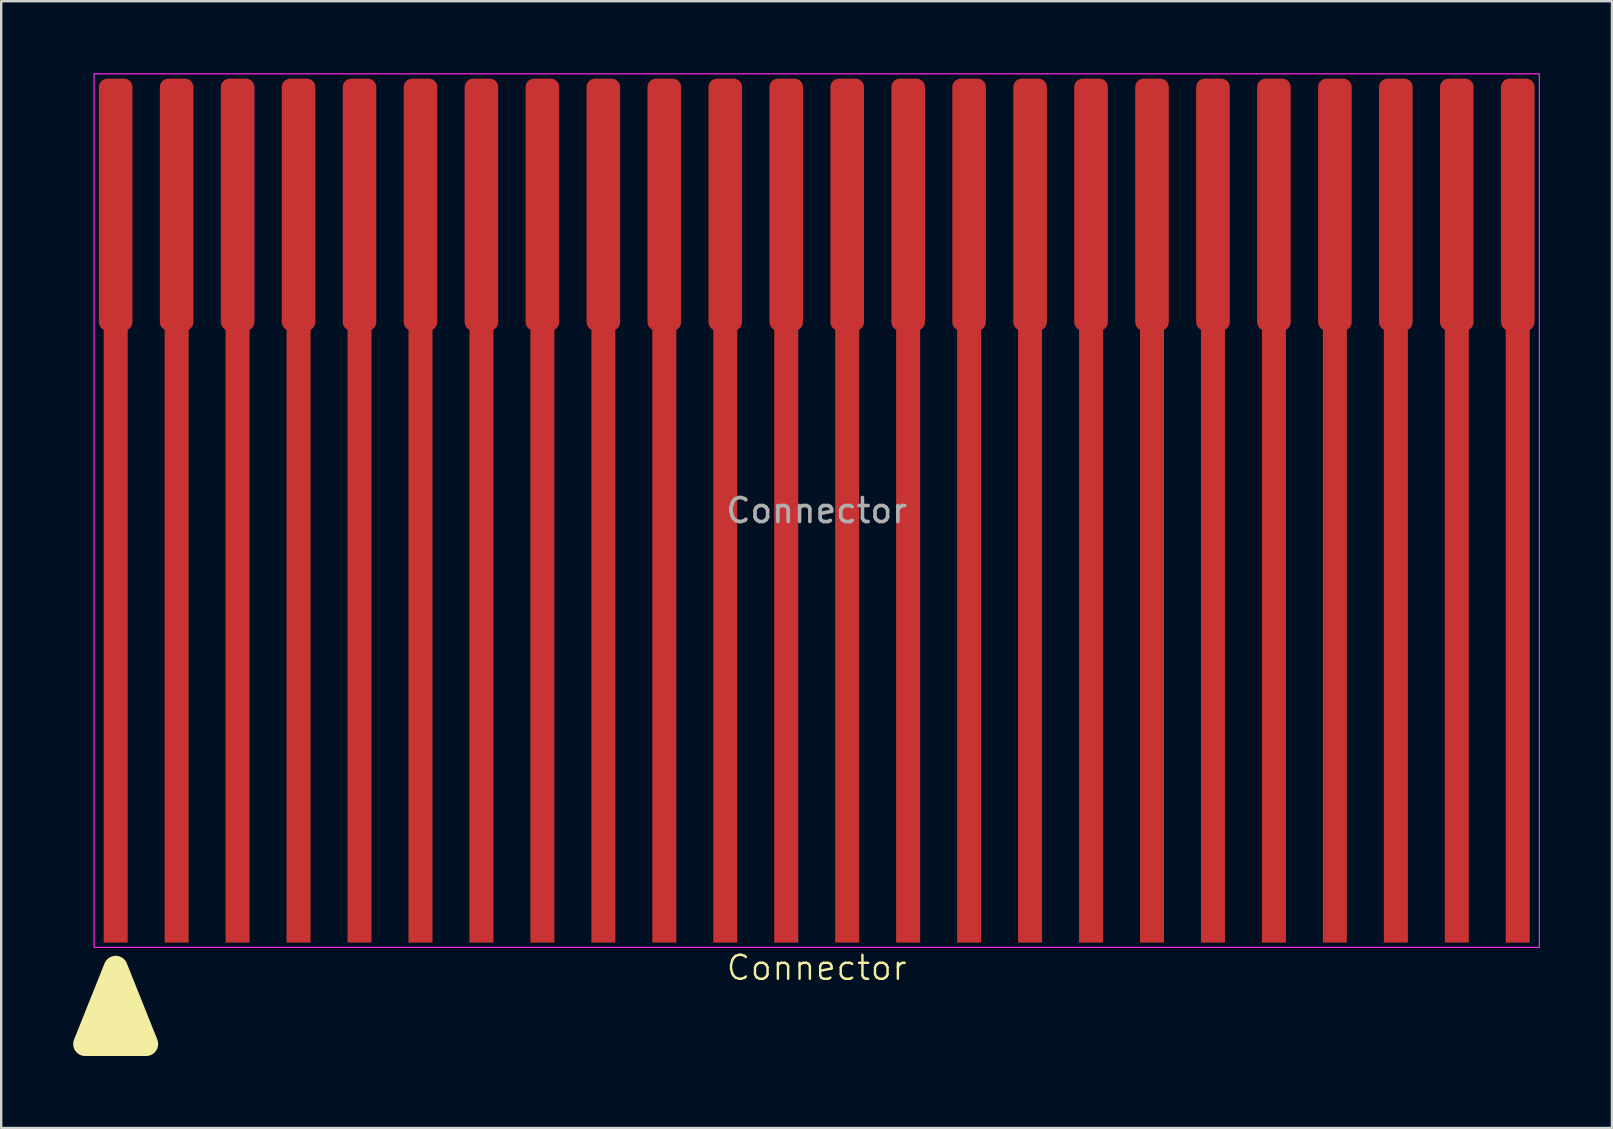
<source format=kicad_pcb>
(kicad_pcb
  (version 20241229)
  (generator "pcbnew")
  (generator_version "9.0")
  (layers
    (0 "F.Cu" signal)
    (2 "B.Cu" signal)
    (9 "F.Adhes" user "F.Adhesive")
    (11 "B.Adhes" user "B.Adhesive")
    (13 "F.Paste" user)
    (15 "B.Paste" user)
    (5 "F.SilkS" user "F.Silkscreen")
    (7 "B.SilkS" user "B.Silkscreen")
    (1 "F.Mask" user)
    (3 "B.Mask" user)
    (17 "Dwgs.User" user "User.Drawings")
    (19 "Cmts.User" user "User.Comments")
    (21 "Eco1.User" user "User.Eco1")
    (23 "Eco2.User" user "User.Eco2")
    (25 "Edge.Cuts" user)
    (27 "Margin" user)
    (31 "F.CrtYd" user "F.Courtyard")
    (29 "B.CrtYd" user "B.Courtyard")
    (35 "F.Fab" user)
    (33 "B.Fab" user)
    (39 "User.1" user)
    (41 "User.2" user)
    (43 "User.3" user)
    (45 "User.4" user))
  (footprint "Connector"
    (layer "F.Cu")
    (at 30.98 18.225)
    (property "Reference" "Connector" (at 0 19.05 0) (unlocked yes) (layer "F.SilkS") (effects (font (size 1 1) (thickness 0.1))))
    (attr smd exclude_from_bom allow_missing_courtyard)
    (fp_poly (pts (xy -29.21 19.05) (xy -30.48 22.225) (xy -27.94 22.225)) (stroke (width 1) (type solid)) (fill yes) (layer "F.SilkS"))
    (fp_rect (start -30.11 -18.2) (end 30.11 18.2) (stroke (width 0.05) (type default)) (fill no) (layer "F.CrtYd"))
    (fp_text user "${REFERENCE}" (at 0 0 0) (unlocked yes) (layer "F.Fab") (effects (font (size 1 1) (thickness 0.15))))
    (pad "1" smd roundrect (at -29.21 -12.75) (size 1.4 10.5) (layers "F.Cu" "F.Mask") (roundrect_rratio 0.25))
    (pad "1" smd rect (at -29.21 5) (size 1 26) (layers "F.Cu" "F.Mask"))
    (pad "2" smd roundrect (at -26.67 -12.75) (size 1.4 10.5) (layers "F.Cu" "F.Mask") (roundrect_rratio 0.25))
    (pad "2" smd rect (at -26.67 5) (size 1 26) (layers "F.Cu" "F.Mask"))
    (pad "3" smd roundrect (at -24.13 -12.75) (size 1.4 10.5) (layers "F.Cu" "F.Mask") (roundrect_rratio 0.25))
    (pad "3" smd rect (at -24.13 5) (size 1 26) (layers "F.Cu" "F.Mask"))
    (pad "4" smd roundrect (at -21.59 -12.75) (size 1.4 10.5) (layers "F.Cu" "F.Mask") (roundrect_rratio 0.25))
    (pad "4" smd rect (at -21.59 5) (size 1 26) (layers "F.Cu" "F.Mask"))
    (pad "5" smd roundrect (at -19.05 -12.75) (size 1.4 10.5) (layers "F.Cu" "F.Mask") (roundrect_rratio 0.25))
    (pad "5" smd rect (at -19.05 5) (size 1 26) (layers "F.Cu" "F.Mask"))
    (pad "6" smd roundrect (at -16.51 -12.75) (size 1.4 10.5) (layers "F.Cu" "F.Mask") (roundrect_rratio 0.25))
    (pad "6" smd rect (at -16.51 5) (size 1 26) (layers "F.Cu" "F.Mask"))
    (pad "7" smd roundrect (at -13.97 -12.75) (size 1.4 10.5) (layers "F.Cu" "F.Mask") (roundrect_rratio 0.25))
    (pad "7" smd rect (at -13.97 5) (size 1 26) (layers "F.Cu" "F.Mask"))
    (pad "8" smd roundrect (at -11.43 -12.75) (size 1.4 10.5) (layers "F.Cu" "F.Mask") (roundrect_rratio 0.25))
    (pad "8" smd rect (at -11.43 5) (size 1 26) (layers "F.Cu" "F.Mask"))
    (pad "9" smd roundrect (at -8.89 -12.75) (size 1.4 10.5) (layers "F.Cu" "F.Mask") (roundrect_rratio 0.25))
    (pad "9" smd rect (at -8.89 5) (size 1 26) (layers "F.Cu" "F.Mask"))
    (pad "10" smd roundrect (at -6.35 -12.75) (size 1.4 10.5) (layers "F.Cu" "F.Mask") (roundrect_rratio 0.25))
    (pad "10" smd rect (at -6.35 5) (size 1 26) (layers "F.Cu" "F.Mask"))
    (pad "11" smd roundrect (at -3.81 -12.75) (size 1.4 10.5) (layers "F.Cu" "F.Mask") (roundrect_rratio 0.25))
    (pad "11" smd rect (at -3.81 5) (size 1 26) (layers "F.Cu" "F.Mask"))
    (pad "12" smd roundrect (at -1.27 -12.75) (size 1.4 10.5) (layers "F.Cu" "F.Mask") (roundrect_rratio 0.25))
    (pad "12" smd rect (at -1.27 5) (size 1 26) (layers "F.Cu" "F.Mask"))
    (pad "13" smd roundrect (at 1.27 -12.75) (size 1.4 10.5) (layers "F.Cu" "F.Mask") (roundrect_rratio 0.25))
    (pad "13" smd rect (at 1.27 5) (size 1 26) (layers "F.Cu" "F.Mask"))
    (pad "14" smd roundrect (at 3.81 -12.75) (size 1.4 10.5) (layers "F.Cu" "F.Mask") (roundrect_rratio 0.25))
    (pad "14" smd rect (at 3.81 5) (size 1 26) (layers "F.Cu" "F.Mask"))
    (pad "15" smd roundrect (at 6.35 -12.75) (size 1.4 10.5) (layers "F.Cu" "F.Mask") (roundrect_rratio 0.25))
    (pad "15" smd rect (at 6.35 5) (size 1 26) (layers "F.Cu" "F.Mask"))
    (pad "16" smd roundrect (at 8.89 -12.75) (size 1.4 10.5) (layers "F.Cu" "F.Mask") (roundrect_rratio 0.25))
    (pad "16" smd rect (at 8.89 5) (size 1 26) (layers "F.Cu" "F.Mask"))
    (pad "17" smd roundrect (at 11.43 -12.75) (size 1.4 10.5) (layers "F.Cu" "F.Mask") (roundrect_rratio 0.25))
    (pad "17" smd rect (at 11.43 5) (size 1 26) (layers "F.Cu" "F.Mask"))
    (pad "18" smd roundrect (at 13.97 -12.75) (size 1.4 10.5) (layers "F.Cu" "F.Mask") (roundrect_rratio 0.25))
    (pad "18" smd rect (at 13.97 5) (size 1 26) (layers "F.Cu" "F.Mask"))
    (pad "19" smd roundrect (at 16.51 -12.75) (size 1.4 10.5) (layers "F.Cu" "F.Mask") (roundrect_rratio 0.25))
    (pad "19" smd rect (at 16.51 5) (size 1 26) (layers "F.Cu" "F.Mask"))
    (pad "20" smd roundrect (at 19.05 -12.75) (size 1.4 10.5) (layers "F.Cu" "F.Mask") (roundrect_rratio 0.25))
    (pad "20" smd rect (at 19.05 5) (size 1 26) (layers "F.Cu" "F.Mask"))
    (pad "21" smd roundrect (at 21.59 -12.75) (size 1.4 10.5) (layers "F.Cu" "F.Mask") (roundrect_rratio 0.25))
    (pad "21" smd rect (at 21.59 5) (size 1 26) (layers "F.Cu" "F.Mask"))
    (pad "22" smd roundrect (at 24.13 -12.75) (size 1.4 10.5) (layers "F.Cu" "F.Mask") (roundrect_rratio 0.25))
    (pad "22" smd rect (at 24.13 5) (size 1 26) (layers "F.Cu" "F.Mask"))
    (pad "23" smd roundrect (at 26.67 -12.75) (size 1.4 10.5) (layers "F.Cu" "F.Mask") (roundrect_rratio 0.25))
    (pad "23" smd rect (at 26.67 5) (size 1 26) (layers "F.Cu" "F.Mask"))
    (pad "24" smd roundrect (at 29.21 -12.75) (size 1.4 10.5) (layers "F.Cu" "F.Mask") (roundrect_rratio 0.25))
    (pad "24" smd rect (at 29.21 5) (size 1 26) (layers "F.Cu" "F.Mask")))
  (gr_rect
    (start -3 -3)
    (end 64.115 43.95)
    (stroke (width 0.1) (type default))
    (fill no)
    (layer "Edge.Cuts")))
</source>
